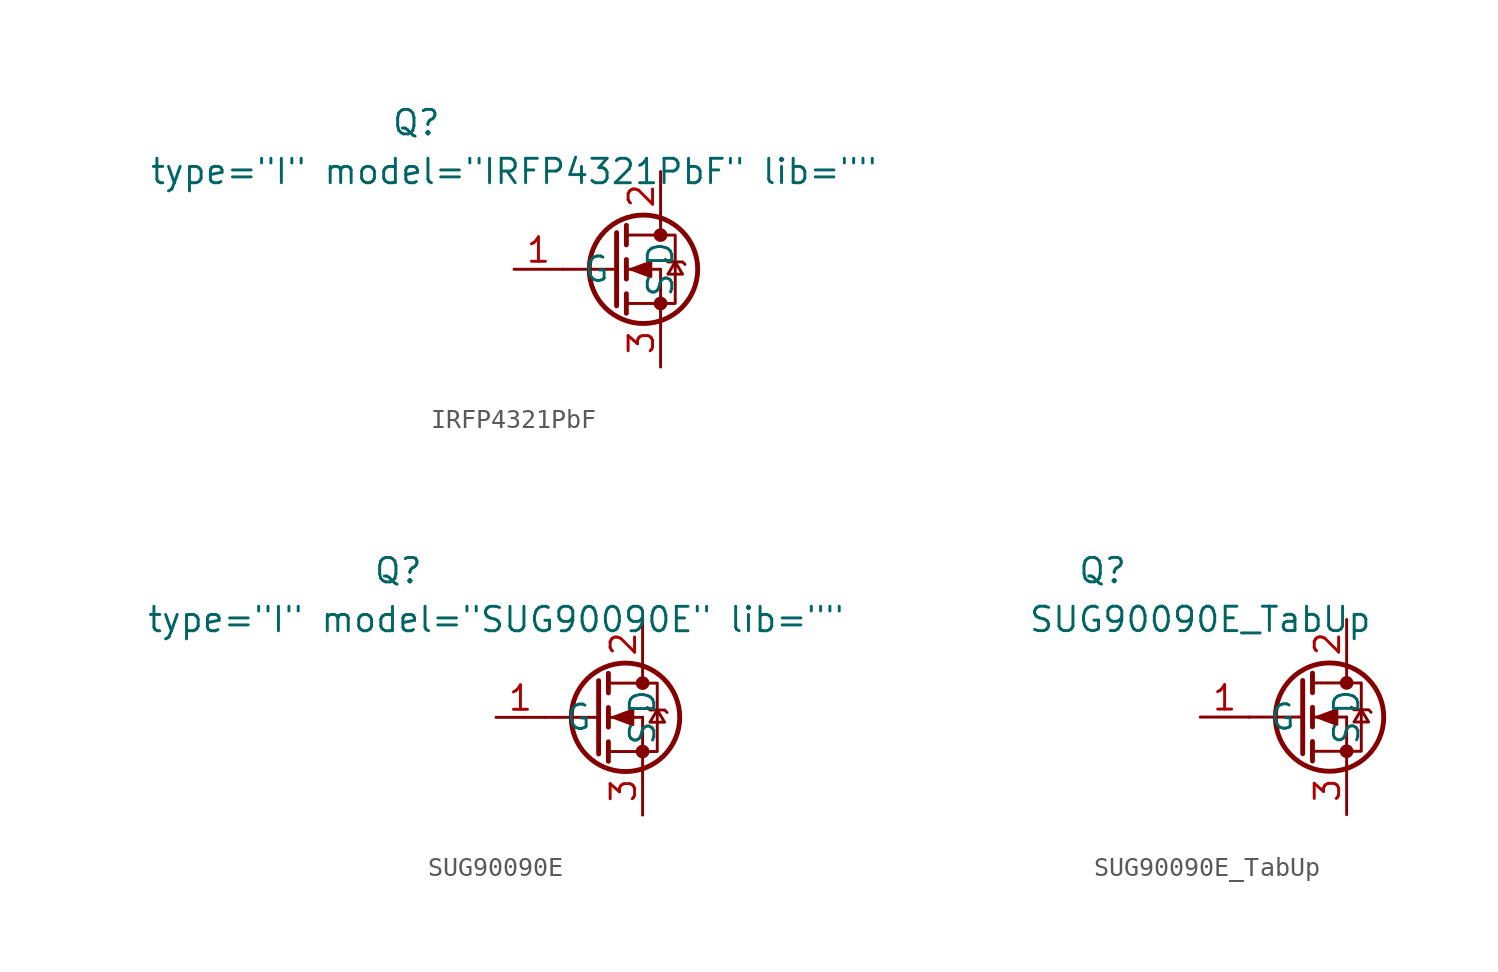
<source format=kicad_sym>
(kicad_symbol_lib
  (version 20220914)
  (generator kicad_symbol_editor)
  (symbol "IRFP4321PbF"
    (pin_names
      (offset 1.016))
    (property "Reference" "Q"
      (at -12.7 7.62 0)
      (effects (font (size 1.27 1.27))))
    (property "Value" "${SIM.PARAMS}"
      (at -7.62 5.08 0)
      (effects (font (size 1.27 1.27))))
    (property "Sim.Params" "type=\"I\" model=\"IRFP4321PbF\" lib=\"\""
      (at 0 0 0)
      (effects (font (size 1.27 1.27)) hide))
    (symbol "IRFP4321PbF_1_1"
      (circle (center -0.889 0) (radius 2.819) (stroke (width 0.254) (type default)) (fill (type none)))
      (circle (center 0 -1.778) (radius 0.279) (stroke (width 0) (type default)) (fill (type outline)))
      (polyline (pts (xy -5.08 0) (xy -2.286 0)) (stroke (width 0) (type default)) (fill (type none)))
      (polyline (pts (xy -1.778 -1.778) (xy 0 -1.778)) (stroke (width 0) (type default)) (fill (type none)))
      (polyline (pts (xy -1.778 -1.27) (xy -1.778 -2.286)) (stroke (width 0.254) (type default)) (fill (type none)))
      (polyline (pts (xy -1.778 0) (xy 0 0)) (stroke (width 0) (type default)) (fill (type none)))
      (polyline (pts (xy -1.778 0.508) (xy -1.778 -0.508)) (stroke (width 0.254) (type default)) (fill (type none)))
      (polyline (pts (xy -1.778 1.778) (xy 0 1.778)) (stroke (width 0) (type default)) (fill (type none)))
      (polyline (pts (xy -1.778 2.286) (xy -1.778 1.27)) (stroke (width 0.254) (type default)) (fill (type none)))
      (polyline (pts (xy 0 -1.778) (xy 0 -2.54)) (stroke (width 0) (type default)) (fill (type none)))
      (polyline (pts (xy 0 -1.778) (xy 0 0)) (stroke (width 0) (type default)) (fill (type none)))
      (polyline (pts (xy 0 2.54) (xy 0 1.778)) (stroke (width 0) (type default)) (fill (type none)))
      (polyline (pts (xy -2.286 1.905) (xy -2.286 -1.905) (xy -2.286 -1.905)) (stroke (width 0.254) (type default)) (fill (type none)))
      (polyline (pts (xy -1.524 0) (xy -0.508 0.381) (xy -0.508 -0.381) (xy -1.524 0)) (stroke (width 0) (type default)) (fill (type outline)))
      (polyline (pts (xy 0 -1.778) (xy 0.762 -1.778) (xy 0.762 1.778) (xy 0 1.778)) (stroke (width 0) (type default)) (fill (type none)))
      (polyline (pts (xy 0.254 0.508) (xy 0.381 0.381) (xy 1.143 0.381) (xy 1.27 0.254)) (stroke (width 0) (type default)) (fill (type none)))
      (polyline (pts (xy 0.762 0.381) (xy 0.381 -0.254) (xy 1.143 -0.254) (xy 0.762 0.381)) (stroke (width 0) (type default)) (fill (type none)))
      (circle (center 0 1.778) (radius 0.279) (stroke (width 0) (type default)) (fill (type outline)))
      (pin input line (at -7.62 0 0) (length 2.54) (name "G" (effects (font (size 1.27 1.27)))) (number "1" (effects (font (size 1.27 1.27)))))
      (pin passive line (at 0 5.08 270) (length 2.54) (name "D" (effects (font (size 1.27 1.27)))) (number "2" (effects (font (size 1.27 1.27)))))
      (pin passive line (at 0 -5.08 90) (length 2.54) (name "S" (effects (font (size 1.27 1.27)))) (number "3" (effects (font (size 1.27 1.27)))))))
  (symbol "SUG90090E"
    (pin_names
      (offset 1.016))
    (property "Reference" "Q"
      (at -12.7 7.62 0)
      (effects (font (size 1.27 1.27))))
    (property "Value" "${SIM.PARAMS}"
      (at -7.62 5.08 0)
      (effects (font (size 1.27 1.27))))
    (property "Sim.Params" "type=\"I\" model=\"SUG90090E\" lib=\"\""
      (at 0 12.7 0)
      (effects (font (size 1.27 1.27)) hide))
    (symbol "SUG90090E_1_1"
      (circle (center -0.889 0) (radius 2.819) (stroke (width 0.254) (type default)) (fill (type none)))
      (circle (center 0 -1.778) (radius 0.279) (stroke (width 0) (type default)) (fill (type outline)))
      (polyline (pts (xy -5.08 0) (xy -2.286 0)) (stroke (width 0) (type default)) (fill (type none)))
      (polyline (pts (xy -1.778 -1.778) (xy 0 -1.778)) (stroke (width 0) (type default)) (fill (type none)))
      (polyline (pts (xy -1.778 -1.27) (xy -1.778 -2.286)) (stroke (width 0.254) (type default)) (fill (type none)))
      (polyline (pts (xy -1.778 0) (xy 0 0)) (stroke (width 0) (type default)) (fill (type none)))
      (polyline (pts (xy -1.778 0.508) (xy -1.778 -0.508)) (stroke (width 0.254) (type default)) (fill (type none)))
      (polyline (pts (xy -1.778 1.778) (xy 0 1.778)) (stroke (width 0) (type default)) (fill (type none)))
      (polyline (pts (xy -1.778 2.286) (xy -1.778 1.27)) (stroke (width 0.254) (type default)) (fill (type none)))
      (polyline (pts (xy 0 -1.778) (xy 0 -2.54)) (stroke (width 0) (type default)) (fill (type none)))
      (polyline (pts (xy 0 -1.778) (xy 0 0)) (stroke (width 0) (type default)) (fill (type none)))
      (polyline (pts (xy 0 2.54) (xy 0 1.778)) (stroke (width 0) (type default)) (fill (type none)))
      (polyline (pts (xy -2.286 1.905) (xy -2.286 -1.905) (xy -2.286 -1.905)) (stroke (width 0.254) (type default)) (fill (type none)))
      (polyline (pts (xy -1.524 0) (xy -0.508 0.381) (xy -0.508 -0.381) (xy -1.524 0)) (stroke (width 0) (type default)) (fill (type outline)))
      (polyline (pts (xy 0 -1.778) (xy 0.762 -1.778) (xy 0.762 1.778) (xy 0 1.778)) (stroke (width 0) (type default)) (fill (type none)))
      (polyline (pts (xy 0.254 0.508) (xy 0.381 0.381) (xy 1.143 0.381) (xy 1.27 0.254)) (stroke (width 0) (type default)) (fill (type none)))
      (polyline (pts (xy 0.762 0.381) (xy 0.381 -0.254) (xy 1.143 -0.254) (xy 0.762 0.381)) (stroke (width 0) (type default)) (fill (type none)))
      (circle (center 0 1.778) (radius 0.279) (stroke (width 0) (type default)) (fill (type outline)))
      (pin input line (at -7.62 0 0) (length 2.54) (name "G" (effects (font (size 1.27 1.27)))) (number "1" (effects (font (size 1.27 1.27)))))
      (pin passive line (at 0 5.08 270) (length 2.54) (name "D" (effects (font (size 1.27 1.27)))) (number "2" (effects (font (size 1.27 1.27)))))
      (pin passive line (at 0 -5.08 90) (length 2.54) (name "S" (effects (font (size 1.27 1.27)))) (number "3" (effects (font (size 1.27 1.27)))))))
  (symbol "SUG90090E_TabUp"
    (pin_names
      (offset 1.016))
    (property "Reference" "Q"
      (at -12.7 7.62 0)
      (effects (font (size 1.27 1.27))))
    (property "Value" "SUG90090E_TabUp"
      (at -7.62 5.08 0)
      (effects (font (size 1.27 1.27))))
    (symbol "SUG90090E_TabUp_1_1"
      (circle (center -0.889 0) (radius 2.819) (stroke (width 0.254) (type default)) (fill (type none)))
      (circle (center 0 -1.778) (radius 0.279) (stroke (width 0) (type default)) (fill (type outline)))
      (polyline (pts (xy -5.08 0) (xy -2.286 0)) (stroke (width 0) (type default)) (fill (type none)))
      (polyline (pts (xy -1.778 -1.778) (xy 0 -1.778)) (stroke (width 0) (type default)) (fill (type none)))
      (polyline (pts (xy -1.778 -1.27) (xy -1.778 -2.286)) (stroke (width 0.254) (type default)) (fill (type none)))
      (polyline (pts (xy -1.778 0) (xy 0 0)) (stroke (width 0) (type default)) (fill (type none)))
      (polyline (pts (xy -1.778 0.508) (xy -1.778 -0.508)) (stroke (width 0.254) (type default)) (fill (type none)))
      (polyline (pts (xy -1.778 1.778) (xy 0 1.778)) (stroke (width 0) (type default)) (fill (type none)))
      (polyline (pts (xy -1.778 2.286) (xy -1.778 1.27)) (stroke (width 0.254) (type default)) (fill (type none)))
      (polyline (pts (xy 0 -1.778) (xy 0 -2.54)) (stroke (width 0) (type default)) (fill (type none)))
      (polyline (pts (xy 0 -1.778) (xy 0 0)) (stroke (width 0) (type default)) (fill (type none)))
      (polyline (pts (xy 0 2.54) (xy 0 1.778)) (stroke (width 0) (type default)) (fill (type none)))
      (polyline (pts (xy -2.286 1.905) (xy -2.286 -1.905) (xy -2.286 -1.905)) (stroke (width 0.254) (type default)) (fill (type none)))
      (polyline (pts (xy -1.524 0) (xy -0.508 0.381) (xy -0.508 -0.381) (xy -1.524 0)) (stroke (width 0) (type default)) (fill (type outline)))
      (polyline (pts (xy 0 -1.778) (xy 0.762 -1.778) (xy 0.762 1.778) (xy 0 1.778)) (stroke (width 0) (type default)) (fill (type none)))
      (polyline (pts (xy 0.254 0.508) (xy 0.381 0.381) (xy 1.143 0.381) (xy 1.27 0.254)) (stroke (width 0) (type default)) (fill (type none)))
      (polyline (pts (xy 0.762 0.381) (xy 0.381 -0.254) (xy 1.143 -0.254) (xy 0.762 0.381)) (stroke (width 0) (type default)) (fill (type none)))
      (circle (center 0 1.778) (radius 0.279) (stroke (width 0) (type default)) (fill (type outline)))
      (pin input line (at -7.62 0 0) (length 2.54) (name "G" (effects (font (size 1.27 1.27)))) (number "1" (effects (font (size 1.27 1.27)))))
      (pin passive line (at 0 5.08 270) (length 2.54) (name "D" (effects (font (size 1.27 1.27)))) (number "2" (effects (font (size 1.27 1.27)))))
      (pin passive line (at 0 -5.08 90) (length 2.54) (name "S" (effects (font (size 1.27 1.27)))) (number "3" (effects (font (size 1.27 1.27))))))))
</source>
